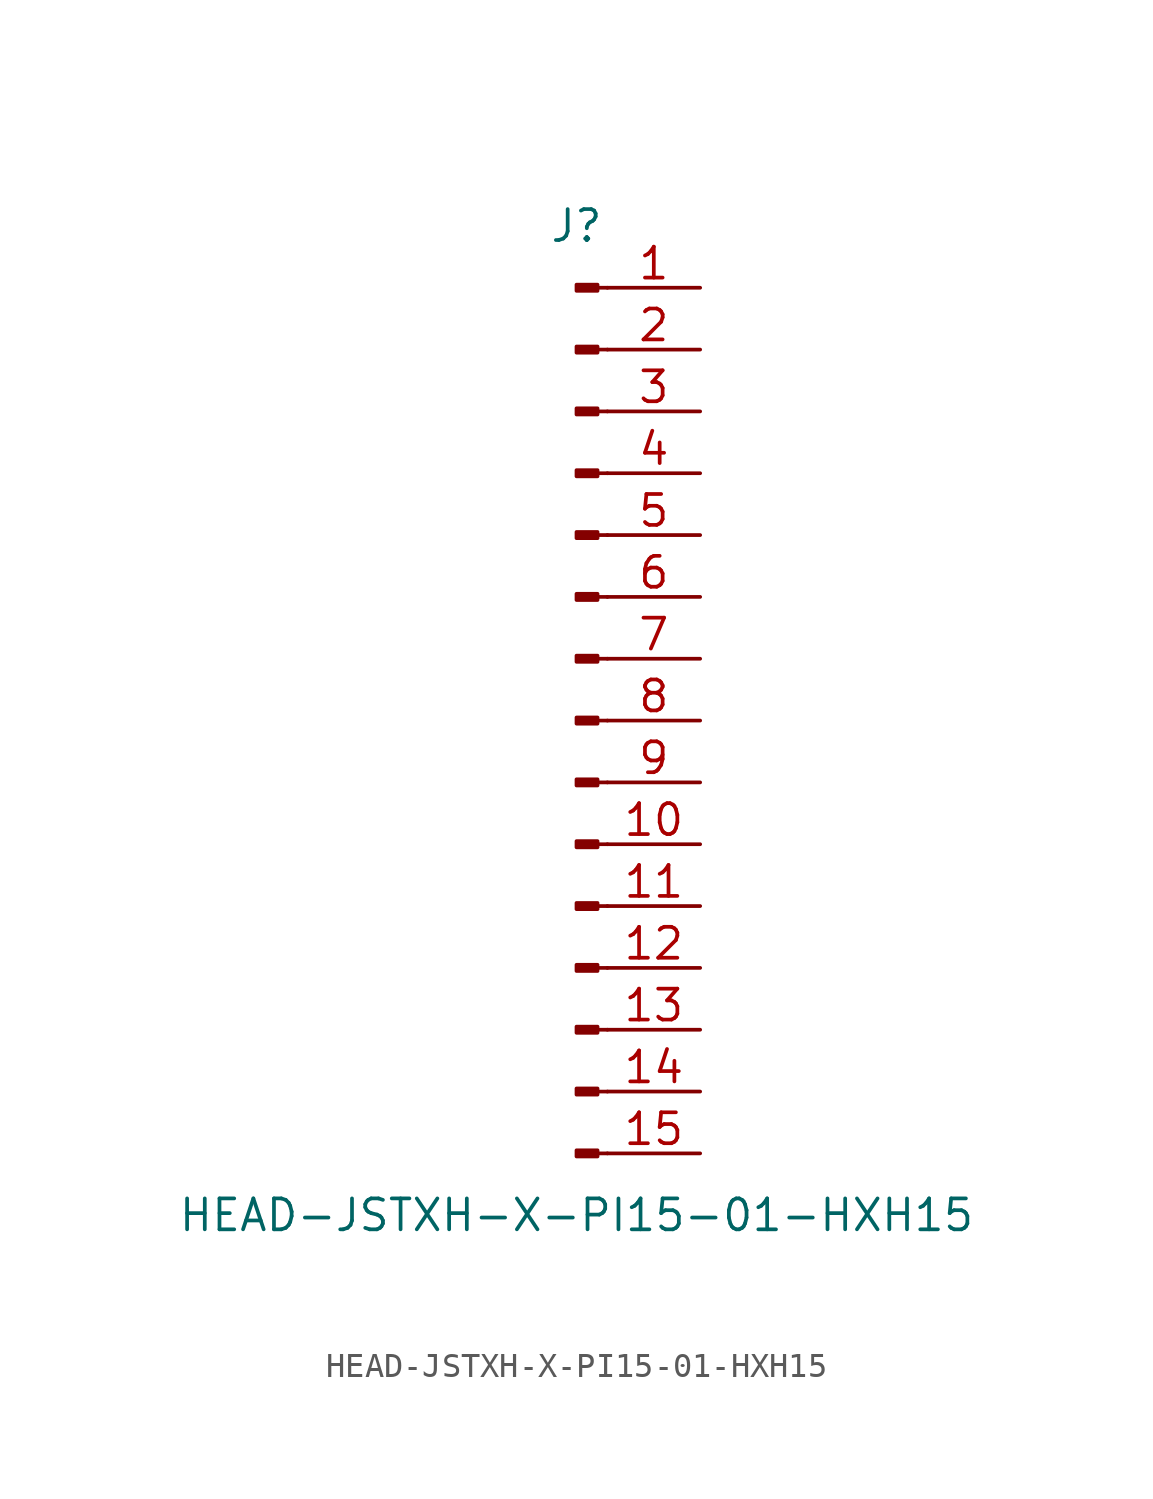
<source format=kicad_sym>
(kicad_symbol_lib
  (version 20211014)
  (generator kicad_symbol_editor)
  (symbol "HEAD-JSTXH-X-PI15-01-HXH15"
    (pin_names
      (offset 1.016) hide)
    (property "Reference" "J"
      (at 0 20.32 0)
      (effects (font (size 1.27 1.27))))
    (property "Value" "HEAD-JSTXH-X-PI15-01-HXH15"
      (at 0 -20.32 0)
      (effects (font (size 1.27 1.27))))
    (symbol "HEAD-JSTXH-X-PI15-01-HXH15_1_1"
      (polyline (pts (xy 1.27 -17.78) (xy 0.864 -17.78)) (stroke (width 0.152) (type default) (color 0 0 0 0)) (fill (type none)))
      (polyline (pts (xy 1.27 -15.24) (xy 0.864 -15.24)) (stroke (width 0.152) (type default) (color 0 0 0 0)) (fill (type none)))
      (polyline (pts (xy 1.27 -12.7) (xy 0.864 -12.7)) (stroke (width 0.152) (type default) (color 0 0 0 0)) (fill (type none)))
      (polyline (pts (xy 1.27 -10.16) (xy 0.864 -10.16)) (stroke (width 0.152) (type default) (color 0 0 0 0)) (fill (type none)))
      (polyline (pts (xy 1.27 -7.62) (xy 0.864 -7.62)) (stroke (width 0.152) (type default) (color 0 0 0 0)) (fill (type none)))
      (polyline (pts (xy 1.27 -5.08) (xy 0.864 -5.08)) (stroke (width 0.152) (type default) (color 0 0 0 0)) (fill (type none)))
      (polyline (pts (xy 1.27 -2.54) (xy 0.864 -2.54)) (stroke (width 0.152) (type default) (color 0 0 0 0)) (fill (type none)))
      (polyline (pts (xy 1.27 0) (xy 0.864 0)) (stroke (width 0.152) (type default) (color 0 0 0 0)) (fill (type none)))
      (polyline (pts (xy 1.27 2.54) (xy 0.864 2.54)) (stroke (width 0.152) (type default) (color 0 0 0 0)) (fill (type none)))
      (polyline (pts (xy 1.27 5.08) (xy 0.864 5.08)) (stroke (width 0.152) (type default) (color 0 0 0 0)) (fill (type none)))
      (polyline (pts (xy 1.27 7.62) (xy 0.864 7.62)) (stroke (width 0.152) (type default) (color 0 0 0 0)) (fill (type none)))
      (polyline (pts (xy 1.27 10.16) (xy 0.864 10.16)) (stroke (width 0.152) (type default) (color 0 0 0 0)) (fill (type none)))
      (polyline (pts (xy 1.27 12.7) (xy 0.864 12.7)) (stroke (width 0.152) (type default) (color 0 0 0 0)) (fill (type none)))
      (polyline (pts (xy 1.27 15.24) (xy 0.864 15.24)) (stroke (width 0.152) (type default) (color 0 0 0 0)) (fill (type none)))
      (polyline (pts (xy 1.27 17.78) (xy 0.864 17.78)) (stroke (width 0.152) (type default) (color 0 0 0 0)) (fill (type none)))
      (rectangle (start 0.864 -17.653) (end 0 -17.907) (stroke (width 0.152) (type default) (color 0 0 0 0)) (fill (type outline)))
      (rectangle (start 0.864 -15.113) (end 0 -15.367) (stroke (width 0.152) (type default) (color 0 0 0 0)) (fill (type outline)))
      (rectangle (start 0.864 -12.573) (end 0 -12.827) (stroke (width 0.152) (type default) (color 0 0 0 0)) (fill (type outline)))
      (rectangle (start 0.864 -10.033) (end 0 -10.287) (stroke (width 0.152) (type default) (color 0 0 0 0)) (fill (type outline)))
      (rectangle (start 0.864 -7.493) (end 0 -7.747) (stroke (width 0.152) (type default) (color 0 0 0 0)) (fill (type outline)))
      (rectangle (start 0.864 -4.953) (end 0 -5.207) (stroke (width 0.152) (type default) (color 0 0 0 0)) (fill (type outline)))
      (rectangle (start 0.864 -2.413) (end 0 -2.667) (stroke (width 0.152) (type default) (color 0 0 0 0)) (fill (type outline)))
      (rectangle (start 0.864 0.127) (end 0 -0.127) (stroke (width 0.152) (type default) (color 0 0 0 0)) (fill (type outline)))
      (rectangle (start 0.864 2.667) (end 0 2.413) (stroke (width 0.152) (type default) (color 0 0 0 0)) (fill (type outline)))
      (rectangle (start 0.864 5.207) (end 0 4.953) (stroke (width 0.152) (type default) (color 0 0 0 0)) (fill (type outline)))
      (rectangle (start 0.864 7.747) (end 0 7.493) (stroke (width 0.152) (type default) (color 0 0 0 0)) (fill (type outline)))
      (rectangle (start 0.864 10.287) (end 0 10.033) (stroke (width 0.152) (type default) (color 0 0 0 0)) (fill (type outline)))
      (rectangle (start 0.864 12.827) (end 0 12.573) (stroke (width 0.152) (type default) (color 0 0 0 0)) (fill (type outline)))
      (rectangle (start 0.864 15.367) (end 0 15.113) (stroke (width 0.152) (type default) (color 0 0 0 0)) (fill (type outline)))
      (rectangle (start 0.864 17.907) (end 0 17.653) (stroke (width 0.152) (type default) (color 0 0 0 0)) (fill (type outline)))
      (pin passive line (at 5.08 17.78 180) (length 3.81) (name "Pin_1" (effects (font (size 1.27 1.27)))) (number "1" (effects (font (size 1.27 1.27)))))
      (pin passive line (at 5.08 -5.08 180) (length 3.81) (name "Pin_10" (effects (font (size 1.27 1.27)))) (number "10" (effects (font (size 1.27 1.27)))))
      (pin passive line (at 5.08 -7.62 180) (length 3.81) (name "Pin_11" (effects (font (size 1.27 1.27)))) (number "11" (effects (font (size 1.27 1.27)))))
      (pin passive line (at 5.08 -10.16 180) (length 3.81) (name "Pin_12" (effects (font (size 1.27 1.27)))) (number "12" (effects (font (size 1.27 1.27)))))
      (pin passive line (at 5.08 -12.7 180) (length 3.81) (name "Pin_13" (effects (font (size 1.27 1.27)))) (number "13" (effects (font (size 1.27 1.27)))))
      (pin passive line (at 5.08 -15.24 180) (length 3.81) (name "Pin_14" (effects (font (size 1.27 1.27)))) (number "14" (effects (font (size 1.27 1.27)))))
      (pin passive line (at 5.08 -17.78 180) (length 3.81) (name "Pin_15" (effects (font (size 1.27 1.27)))) (number "15" (effects (font (size 1.27 1.27)))))
      (pin passive line (at 5.08 15.24 180) (length 3.81) (name "Pin_2" (effects (font (size 1.27 1.27)))) (number "2" (effects (font (size 1.27 1.27)))))
      (pin passive line (at 5.08 12.7 180) (length 3.81) (name "Pin_3" (effects (font (size 1.27 1.27)))) (number "3" (effects (font (size 1.27 1.27)))))
      (pin passive line (at 5.08 10.16 180) (length 3.81) (name "Pin_4" (effects (font (size 1.27 1.27)))) (number "4" (effects (font (size 1.27 1.27)))))
      (pin passive line (at 5.08 7.62 180) (length 3.81) (name "Pin_5" (effects (font (size 1.27 1.27)))) (number "5" (effects (font (size 1.27 1.27)))))
      (pin passive line (at 5.08 5.08 180) (length 3.81) (name "Pin_6" (effects (font (size 1.27 1.27)))) (number "6" (effects (font (size 1.27 1.27)))))
      (pin passive line (at 5.08 2.54 180) (length 3.81) (name "Pin_7" (effects (font (size 1.27 1.27)))) (number "7" (effects (font (size 1.27 1.27)))))
      (pin passive line (at 5.08 0 180) (length 3.81) (name "Pin_8" (effects (font (size 1.27 1.27)))) (number "8" (effects (font (size 1.27 1.27)))))
      (pin passive line (at 5.08 -2.54 180) (length 3.81) (name "Pin_9" (effects (font (size 1.27 1.27)))) (number "9" (effects (font (size 1.27 1.27))))))))
</source>
